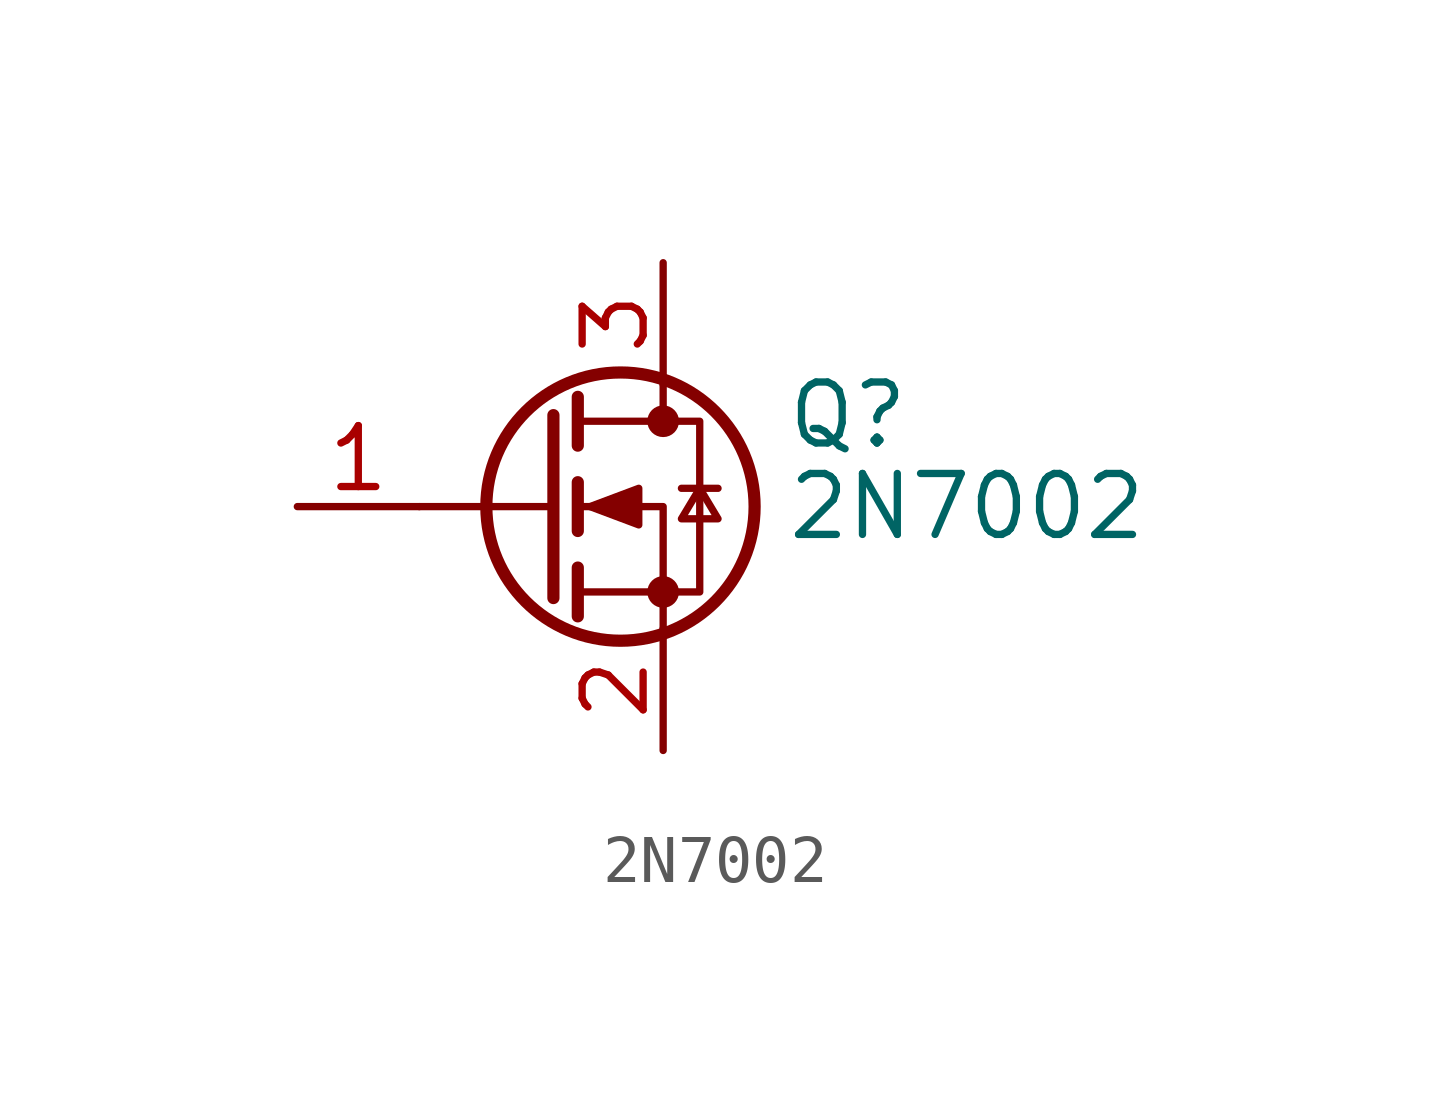
<source format=kicad_sym>
(kicad_symbol_lib
  (version 20241209)
  (generator "kicad_symbol_editor")
  (generator_version "9.0")
  (symbol "2N7002"
    (pin_names
      (offset 0)
      (hide yes))
    (property "Reference" "Q"
      (at 5.08 1.905 0)
      (effects (font (size 1.27 1.27)) (justify left)))
    (property "Value" "2N7002"
      (at 5.08 0 0)
      (effects (font (size 1.27 1.27)) (justify left)))
    (symbol "2N7002_0_1"
      (polyline (pts (xy 0.254 1.905) (xy 0.254 -1.905)) (stroke (width 0.254) (type default)) (fill (type none)))
      (polyline (pts (xy 0.254 0) (xy -2.54 0)) (stroke (width 0) (type default)) (fill (type none)))
      (polyline (pts (xy 0.762 2.286) (xy 0.762 1.27)) (stroke (width 0.254) (type default)) (fill (type none)))
      (polyline (pts (xy 0.762 0.508) (xy 0.762 -0.508)) (stroke (width 0.254) (type default)) (fill (type none)))
      (polyline (pts (xy 0.762 -1.27) (xy 0.762 -2.286)) (stroke (width 0.254) (type default)) (fill (type none)))
      (polyline (pts (xy 0.762 -1.778) (xy 3.302 -1.778) (xy 3.302 1.778) (xy 0.762 1.778)) (stroke (width 0) (type default)) (fill (type none)))
      (polyline (pts (xy 1.016 0) (xy 2.032 0.381) (xy 2.032 -0.381) (xy 1.016 0)) (stroke (width 0) (type default)) (fill (type outline)))
      (circle (center 1.651 0) (radius 2.794) (stroke (width 0.254) (type default)) (fill (type none)))
      (polyline (pts (xy 2.54 2.54) (xy 2.54 1.778)) (stroke (width 0) (type default)) (fill (type none)))
      (circle (center 2.54 1.778) (radius 0.254) (stroke (width 0) (type default)) (fill (type outline)))
      (circle (center 2.54 -1.778) (radius 0.254) (stroke (width 0) (type default)) (fill (type outline)))
      (polyline (pts (xy 2.54 -2.54) (xy 2.54 0) (xy 0.762 0)) (stroke (width 0) (type default)) (fill (type none)))
      (polyline (pts (xy 2.921 0.381) (xy 3.683 0.381)) (stroke (width 0) (type default)) (fill (type none)))
      (polyline (pts (xy 3.302 0.381) (xy 2.921 -0.254) (xy 3.683 -0.254) (xy 3.302 0.381)) (stroke (width 0) (type default)) (fill (type none))))
    (symbol "2N7002_1_1"
      (pin input line (at -5.08 0 0) (length 2.54) (name "G" (effects (font (size 1.27 1.27)))) (number "1" (effects (font (size 1.27 1.27)))))
      (pin passive line (at 2.54 5.08 270) (length 2.54) (name "D" (effects (font (size 1.27 1.27)))) (number "3" (effects (font (size 1.27 1.27)))))
      (pin passive line (at 2.54 -5.08 90) (length 2.54) (name "S" (effects (font (size 1.27 1.27)))) (number "2" (effects (font (size 1.27 1.27))))))))
</source>
